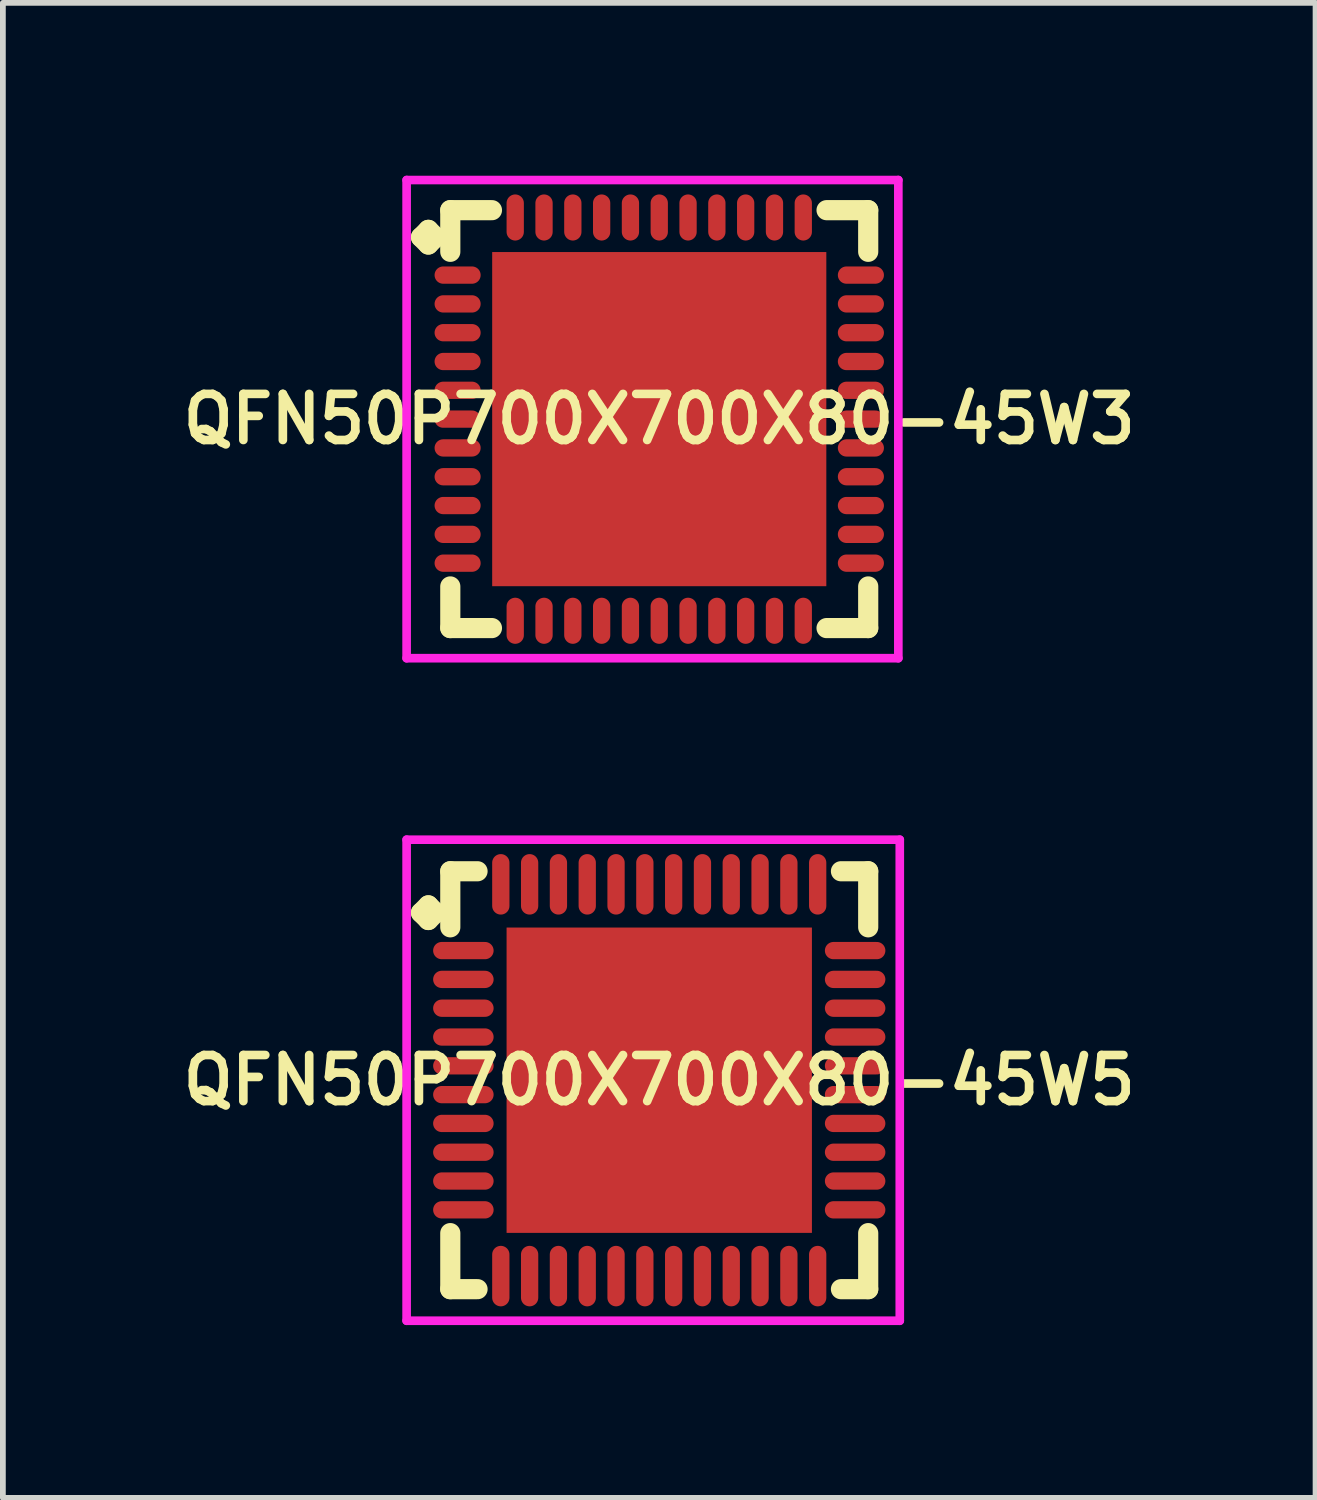
<source format=kicad_pcb>
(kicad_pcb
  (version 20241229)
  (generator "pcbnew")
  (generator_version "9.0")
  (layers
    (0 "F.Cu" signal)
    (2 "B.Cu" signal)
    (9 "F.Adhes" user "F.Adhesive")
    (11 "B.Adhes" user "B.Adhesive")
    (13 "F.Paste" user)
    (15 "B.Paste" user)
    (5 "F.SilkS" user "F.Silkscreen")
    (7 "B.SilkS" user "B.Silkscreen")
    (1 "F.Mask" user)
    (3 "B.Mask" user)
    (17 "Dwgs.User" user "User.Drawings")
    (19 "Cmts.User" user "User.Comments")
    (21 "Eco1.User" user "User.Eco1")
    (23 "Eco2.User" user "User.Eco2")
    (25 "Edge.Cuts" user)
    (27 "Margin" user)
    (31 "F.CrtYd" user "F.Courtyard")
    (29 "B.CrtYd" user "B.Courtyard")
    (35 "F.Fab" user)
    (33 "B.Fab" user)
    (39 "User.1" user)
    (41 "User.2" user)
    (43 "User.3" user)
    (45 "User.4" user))
  (footprint "QFN50P700X700X80-45W3"
    (layer "F.Cu")
    (at 8.393 4.225)
    (property "Reference" "QFN50P700X700X80-45W3" (at 0 0 0) (layer "F.SilkS") (effects (font (size 0.8 0.8) (thickness 0.15))))
    (attr smd)
    (fp_line (start -4.135 -3.158) (end -4.008 -3.285) (stroke (width 0.35) (type solid)) (layer "F.SilkS"))
    (fp_line (start -4.008 -3.285) (end -3.881 -3.158) (stroke (width 0.35) (type solid)) (layer "F.SilkS"))
    (fp_line (start -4.008 -3.031) (end -4.135 -3.158) (stroke (width 0.35) (type solid)) (layer "F.SilkS"))
    (fp_line (start -3.881 -3.158) (end -4.008 -3.031) (stroke (width 0.35) (type solid)) (layer "F.SilkS"))
    (fp_line (start -3.627 -3.627) (end -2.904 -3.627) (stroke (width 0.35) (type solid)) (layer "F.SilkS"))
    (fp_line (start -3.627 -2.904) (end -3.627 -3.627) (stroke (width 0.35) (type solid)) (layer "F.SilkS"))
    (fp_line (start -3.627 2.904) (end -3.627 3.627) (stroke (width 0.35) (type solid)) (layer "F.SilkS"))
    (fp_line (start -3.627 3.627) (end -2.904 3.627) (stroke (width 0.35) (type solid)) (layer "F.SilkS"))
    (fp_line (start 2.904 -3.627) (end 3.627 -3.627) (stroke (width 0.35) (type solid)) (layer "F.SilkS"))
    (fp_line (start 2.904 3.627) (end 3.627 3.627) (stroke (width 0.35) (type solid)) (layer "F.SilkS"))
    (fp_line (start 3.627 -3.627) (end 3.627 -2.904) (stroke (width 0.35) (type solid)) (layer "F.SilkS"))
    (fp_line (start 3.627 3.627) (end 3.627 2.904) (stroke (width 0.35) (type solid)) (layer "F.SilkS"))
    (fp_line (start -4.385 -4.15) (end 4.15 -4.15) (stroke (width 0.15) (type solid)) (layer "F.CrtYd"))
    (fp_line (start -4.385 4.15) (end -4.385 -4.15) (stroke (width 0.15) (type solid)) (layer "F.CrtYd"))
    (fp_line (start 4.15 -4.15) (end 4.15 4.15) (stroke (width 0.15) (type solid)) (layer "F.CrtYd"))
    (fp_line (start 4.15 4.15) (end -4.385 4.15) (stroke (width 0.15) (type solid)) (layer "F.CrtYd"))
    (pad "1" smd oval (at -3.5 -2.5) (size 0.8 0.3) (layers "F.Cu" "F.Mask" "F.Paste"))
    (pad "2" smd oval (at -3.5 -2) (size 0.8 0.3) (layers "F.Cu" "F.Mask" "F.Paste"))
    (pad "3" smd oval (at -3.5 -1.5) (size 0.8 0.3) (layers "F.Cu" "F.Mask" "F.Paste"))
    (pad "4" smd oval (at -3.5 -1) (size 0.8 0.3) (layers "F.Cu" "F.Mask" "F.Paste"))
    (pad "5" smd oval (at -3.5 -0.5) (size 0.8 0.3) (layers "F.Cu" "F.Mask" "F.Paste"))
    (pad "6" smd oval (at -3.5 0) (size 0.8 0.3) (layers "F.Cu" "F.Mask" "F.Paste"))
    (pad "7" smd oval (at -3.5 0.5) (size 0.8 0.3) (layers "F.Cu" "F.Mask" "F.Paste"))
    (pad "8" smd oval (at -3.5 1) (size 0.8 0.3) (layers "F.Cu" "F.Mask" "F.Paste"))
    (pad "9" smd oval (at -3.5 1.5) (size 0.8 0.3) (layers "F.Cu" "F.Mask" "F.Paste"))
    (pad "10" smd oval (at -3.5 2) (size 0.8 0.3) (layers "F.Cu" "F.Mask" "F.Paste"))
    (pad "11" smd oval (at -3.5 2.5) (size 0.8 0.3) (layers "F.Cu" "F.Mask" "F.Paste"))
    (pad "12" smd oval (at -2.5 3.5) (size 0.3 0.8) (layers "F.Cu" "F.Mask" "F.Paste"))
    (pad "13" smd oval (at -2 3.5) (size 0.3 0.8) (layers "F.Cu" "F.Mask" "F.Paste"))
    (pad "14" smd oval (at -1.5 3.5) (size 0.3 0.8) (layers "F.Cu" "F.Mask" "F.Paste"))
    (pad "15" smd oval (at -1 3.5) (size 0.3 0.8) (layers "F.Cu" "F.Mask" "F.Paste"))
    (pad "16" smd oval (at -0.5 3.5) (size 0.3 0.8) (layers "F.Cu" "F.Mask" "F.Paste"))
    (pad "17" smd oval (at 0 3.5) (size 0.3 0.8) (layers "F.Cu" "F.Mask" "F.Paste"))
    (pad "18" smd oval (at 0.5 3.5) (size 0.3 0.8) (layers "F.Cu" "F.Mask" "F.Paste"))
    (pad "19" smd oval (at 1 3.5) (size 0.3 0.8) (layers "F.Cu" "F.Mask" "F.Paste"))
    (pad "20" smd oval (at 1.5 3.5) (size 0.3 0.8) (layers "F.Cu" "F.Mask" "F.Paste"))
    (pad "21" smd oval (at 2 3.5) (size 0.3 0.8) (layers "F.Cu" "F.Mask" "F.Paste"))
    (pad "22" smd oval (at 2.5 3.5) (size 0.3 0.8) (layers "F.Cu" "F.Mask" "F.Paste"))
    (pad "23" smd oval (at 3.5 2.5) (size 0.8 0.3) (layers "F.Cu" "F.Mask" "F.Paste"))
    (pad "24" smd oval (at 3.5 2) (size 0.8 0.3) (layers "F.Cu" "F.Mask" "F.Paste"))
    (pad "25" smd oval (at 3.5 1.5) (size 0.8 0.3) (layers "F.Cu" "F.Mask" "F.Paste"))
    (pad "26" smd oval (at 3.5 1) (size 0.8 0.3) (layers "F.Cu" "F.Mask" "F.Paste"))
    (pad "27" smd oval (at 3.5 0.5) (size 0.8 0.3) (layers "F.Cu" "F.Mask" "F.Paste"))
    (pad "28" smd oval (at 3.5 0) (size 0.8 0.3) (layers "F.Cu" "F.Mask" "F.Paste"))
    (pad "29" smd oval (at 3.5 -0.5) (size 0.8 0.3) (layers "F.Cu" "F.Mask" "F.Paste"))
    (pad "30" smd oval (at 3.5 -1) (size 0.8 0.3) (layers "F.Cu" "F.Mask" "F.Paste"))
    (pad "31" smd oval (at 3.5 -1.5) (size 0.8 0.3) (layers "F.Cu" "F.Mask" "F.Paste"))
    (pad "32" smd oval (at 3.5 -2) (size 0.8 0.3) (layers "F.Cu" "F.Mask" "F.Paste"))
    (pad "33" smd oval (at 3.5 -2.5) (size 0.8 0.3) (layers "F.Cu" "F.Mask" "F.Paste"))
    (pad "34" smd oval (at 2.5 -3.5) (size 0.3 0.8) (layers "F.Cu" "F.Mask" "F.Paste"))
    (pad "35" smd oval (at 2 -3.5) (size 0.3 0.8) (layers "F.Cu" "F.Mask" "F.Paste"))
    (pad "36" smd oval (at 1.5 -3.5) (size 0.3 0.8) (layers "F.Cu" "F.Mask" "F.Paste"))
    (pad "37" smd oval (at 1 -3.5) (size 0.3 0.8) (layers "F.Cu" "F.Mask" "F.Paste"))
    (pad "38" smd oval (at 0.5 -3.5) (size 0.3 0.8) (layers "F.Cu" "F.Mask" "F.Paste"))
    (pad "39" smd oval (at 0 -3.5) (size 0.3 0.8) (layers "F.Cu" "F.Mask" "F.Paste"))
    (pad "40" smd oval (at -0.5 -3.5) (size 0.3 0.8) (layers "F.Cu" "F.Mask" "F.Paste"))
    (pad "41" smd oval (at -1 -3.5) (size 0.3 0.8) (layers "F.Cu" "F.Mask" "F.Paste"))
    (pad "42" smd oval (at -1.5 -3.5) (size 0.3 0.8) (layers "F.Cu" "F.Mask" "F.Paste"))
    (pad "43" smd oval (at -2 -3.5) (size 0.3 0.8) (layers "F.Cu" "F.Mask" "F.Paste"))
    (pad "44" smd oval (at -2.5 -3.5) (size 0.3 0.8) (layers "F.Cu" "F.Mask" "F.Paste"))
    (pad "45" smd rect (at 0 0) (size 5.8 5.8) (layers "F.Cu" "F.Mask" "F.Paste")))
  (footprint "QFN50P700X700X80-45W5"
    (layer "F.Cu")
    (at 8.393 15.7)
    (property "Reference" "QFN50P700X700X80-45W5" (at 0 0 0) (layer "F.SilkS") (effects (font (size 0.8 0.8) (thickness 0.15))))
    (attr smd)
    (fp_line (start -4.135 -2.908) (end -4.008 -3.035) (stroke (width 0.35) (type solid)) (layer "F.SilkS"))
    (fp_line (start -4.008 -3.035) (end -3.881 -2.908) (stroke (width 0.35) (type solid)) (layer "F.SilkS"))
    (fp_line (start -4.008 -2.781) (end -4.135 -2.908) (stroke (width 0.35) (type solid)) (layer "F.SilkS"))
    (fp_line (start -3.881 -2.908) (end -4.008 -2.781) (stroke (width 0.35) (type solid)) (layer "F.SilkS"))
    (fp_line (start -3.627 -3.627) (end -3.154 -3.627) (stroke (width 0.35) (type solid)) (layer "F.SilkS"))
    (fp_line (start -3.627 -2.654) (end -3.627 -3.627) (stroke (width 0.35) (type solid)) (layer "F.SilkS"))
    (fp_line (start -3.627 2.654) (end -3.627 3.627) (stroke (width 0.35) (type solid)) (layer "F.SilkS"))
    (fp_line (start -3.627 3.627) (end -3.154 3.627) (stroke (width 0.35) (type solid)) (layer "F.SilkS"))
    (fp_line (start 3.154 -3.627) (end 3.627 -3.627) (stroke (width 0.35) (type solid)) (layer "F.SilkS"))
    (fp_line (start 3.154 3.627) (end 3.627 3.627) (stroke (width 0.35) (type solid)) (layer "F.SilkS"))
    (fp_line (start 3.627 -3.627) (end 3.627 -2.654) (stroke (width 0.35) (type solid)) (layer "F.SilkS"))
    (fp_line (start 3.627 3.627) (end 3.627 2.654) (stroke (width 0.35) (type solid)) (layer "F.SilkS"))
    (fp_line (start -4.385 -4.175) (end 4.175 -4.175) (stroke (width 0.15) (type solid)) (layer "F.CrtYd"))
    (fp_line (start -4.385 4.175) (end -4.385 -4.175) (stroke (width 0.15) (type solid)) (layer "F.CrtYd"))
    (fp_line (start 4.175 -4.175) (end 4.175 4.175) (stroke (width 0.15) (type solid)) (layer "F.CrtYd"))
    (fp_line (start 4.175 4.175) (end -4.385 4.175) (stroke (width 0.15) (type solid)) (layer "F.CrtYd"))
    (pad "1" smd oval (at -3.4 -2.25) (size 1.05 0.3) (layers "F.Cu" "F.Mask" "F.Paste"))
    (pad "2" smd oval (at -3.4 -1.75) (size 1.05 0.3) (layers "F.Cu" "F.Mask" "F.Paste"))
    (pad "3" smd oval (at -3.4 -1.25) (size 1.05 0.3) (layers "F.Cu" "F.Mask" "F.Paste"))
    (pad "4" smd oval (at -3.4 -0.75) (size 1.05 0.3) (layers "F.Cu" "F.Mask" "F.Paste"))
    (pad "5" smd oval (at -3.4 -0.25) (size 1.05 0.3) (layers "F.Cu" "F.Mask" "F.Paste"))
    (pad "6" smd oval (at -3.4 0.25) (size 1.05 0.3) (layers "F.Cu" "F.Mask" "F.Paste"))
    (pad "7" smd oval (at -3.4 0.75) (size 1.05 0.3) (layers "F.Cu" "F.Mask" "F.Paste"))
    (pad "8" smd oval (at -3.4 1.25) (size 1.05 0.3) (layers "F.Cu" "F.Mask" "F.Paste"))
    (pad "9" smd oval (at -3.4 1.75) (size 1.05 0.3) (layers "F.Cu" "F.Mask" "F.Paste"))
    (pad "10" smd oval (at -3.4 2.25) (size 1.05 0.3) (layers "F.Cu" "F.Mask" "F.Paste"))
    (pad "11" smd oval (at -2.75 3.4) (size 0.3 1.05) (layers "F.Cu" "F.Mask" "F.Paste"))
    (pad "12" smd oval (at -2.25 3.4) (size 0.3 1.05) (layers "F.Cu" "F.Mask" "F.Paste"))
    (pad "13" smd oval (at -1.75 3.4) (size 0.3 1.05) (layers "F.Cu" "F.Mask" "F.Paste"))
    (pad "14" smd oval (at -1.25 3.4) (size 0.3 1.05) (layers "F.Cu" "F.Mask" "F.Paste"))
    (pad "15" smd oval (at -0.75 3.4) (size 0.3 1.05) (layers "F.Cu" "F.Mask" "F.Paste"))
    (pad "16" smd oval (at -0.25 3.4) (size 0.3 1.05) (layers "F.Cu" "F.Mask" "F.Paste"))
    (pad "17" smd oval (at 0.25 3.4) (size 0.3 1.05) (layers "F.Cu" "F.Mask" "F.Paste"))
    (pad "18" smd oval (at 0.75 3.4) (size 0.3 1.05) (layers "F.Cu" "F.Mask" "F.Paste"))
    (pad "19" smd oval (at 1.25 3.4) (size 0.3 1.05) (layers "F.Cu" "F.Mask" "F.Paste"))
    (pad "20" smd oval (at 1.75 3.4) (size 0.3 1.05) (layers "F.Cu" "F.Mask" "F.Paste"))
    (pad "21" smd oval (at 2.25 3.4) (size 0.3 1.05) (layers "F.Cu" "F.Mask" "F.Paste"))
    (pad "22" smd oval (at 2.75 3.4) (size 0.3 1.05) (layers "F.Cu" "F.Mask" "F.Paste"))
    (pad "23" smd oval (at 3.4 2.25) (size 1.05 0.3) (layers "F.Cu" "F.Mask" "F.Paste"))
    (pad "24" smd oval (at 3.4 1.75) (size 1.05 0.3) (layers "F.Cu" "F.Mask" "F.Paste"))
    (pad "25" smd oval (at 3.4 1.25) (size 1.05 0.3) (layers "F.Cu" "F.Mask" "F.Paste"))
    (pad "26" smd oval (at 3.4 0.75) (size 1.05 0.3) (layers "F.Cu" "F.Mask" "F.Paste"))
    (pad "27" smd oval (at 3.4 0.25) (size 1.05 0.3) (layers "F.Cu" "F.Mask" "F.Paste"))
    (pad "28" smd oval (at 3.4 -0.25) (size 1.05 0.3) (layers "F.Cu" "F.Mask" "F.Paste"))
    (pad "29" smd oval (at 3.4 -0.75) (size 1.05 0.3) (layers "F.Cu" "F.Mask" "F.Paste"))
    (pad "30" smd oval (at 3.4 -1.25) (size 1.05 0.3) (layers "F.Cu" "F.Mask" "F.Paste"))
    (pad "31" smd oval (at 3.4 -1.75) (size 1.05 0.3) (layers "F.Cu" "F.Mask" "F.Paste"))
    (pad "32" smd oval (at 3.4 -2.25) (size 1.05 0.3) (layers "F.Cu" "F.Mask" "F.Paste"))
    (pad "33" smd oval (at 2.75 -3.4) (size 0.3 1.05) (layers "F.Cu" "F.Mask" "F.Paste"))
    (pad "34" smd oval (at 2.25 -3.4) (size 0.3 1.05) (layers "F.Cu" "F.Mask" "F.Paste"))
    (pad "35" smd oval (at 1.75 -3.4) (size 0.3 1.05) (layers "F.Cu" "F.Mask" "F.Paste"))
    (pad "36" smd oval (at 1.25 -3.4) (size 0.3 1.05) (layers "F.Cu" "F.Mask" "F.Paste"))
    (pad "37" smd oval (at 0.75 -3.4) (size 0.3 1.05) (layers "F.Cu" "F.Mask" "F.Paste"))
    (pad "38" smd oval (at 0.25 -3.4) (size 0.3 1.05) (layers "F.Cu" "F.Mask" "F.Paste"))
    (pad "39" smd oval (at -0.25 -3.4) (size 0.3 1.05) (layers "F.Cu" "F.Mask" "F.Paste"))
    (pad "40" smd oval (at -0.75 -3.4) (size 0.3 1.05) (layers "F.Cu" "F.Mask" "F.Paste"))
    (pad "41" smd oval (at -1.25 -3.4) (size 0.3 1.05) (layers "F.Cu" "F.Mask" "F.Paste"))
    (pad "42" smd oval (at -1.75 -3.4) (size 0.3 1.05) (layers "F.Cu" "F.Mask" "F.Paste"))
    (pad "43" smd oval (at -2.25 -3.4) (size 0.3 1.05) (layers "F.Cu" "F.Mask" "F.Paste"))
    (pad "44" smd oval (at -2.75 -3.4) (size 0.3 1.05) (layers "F.Cu" "F.Mask" "F.Paste"))
    (pad "45" smd rect (at 0 0) (size 5.3 5.3) (layers "F.Cu" "F.Mask" "F.Paste")))
  (gr_rect
    (start -3 -3)
    (end 19.785 22.95)
    (stroke (width 0.1) (type default))
    (fill no)
    (layer "Edge.Cuts")))
</source>
